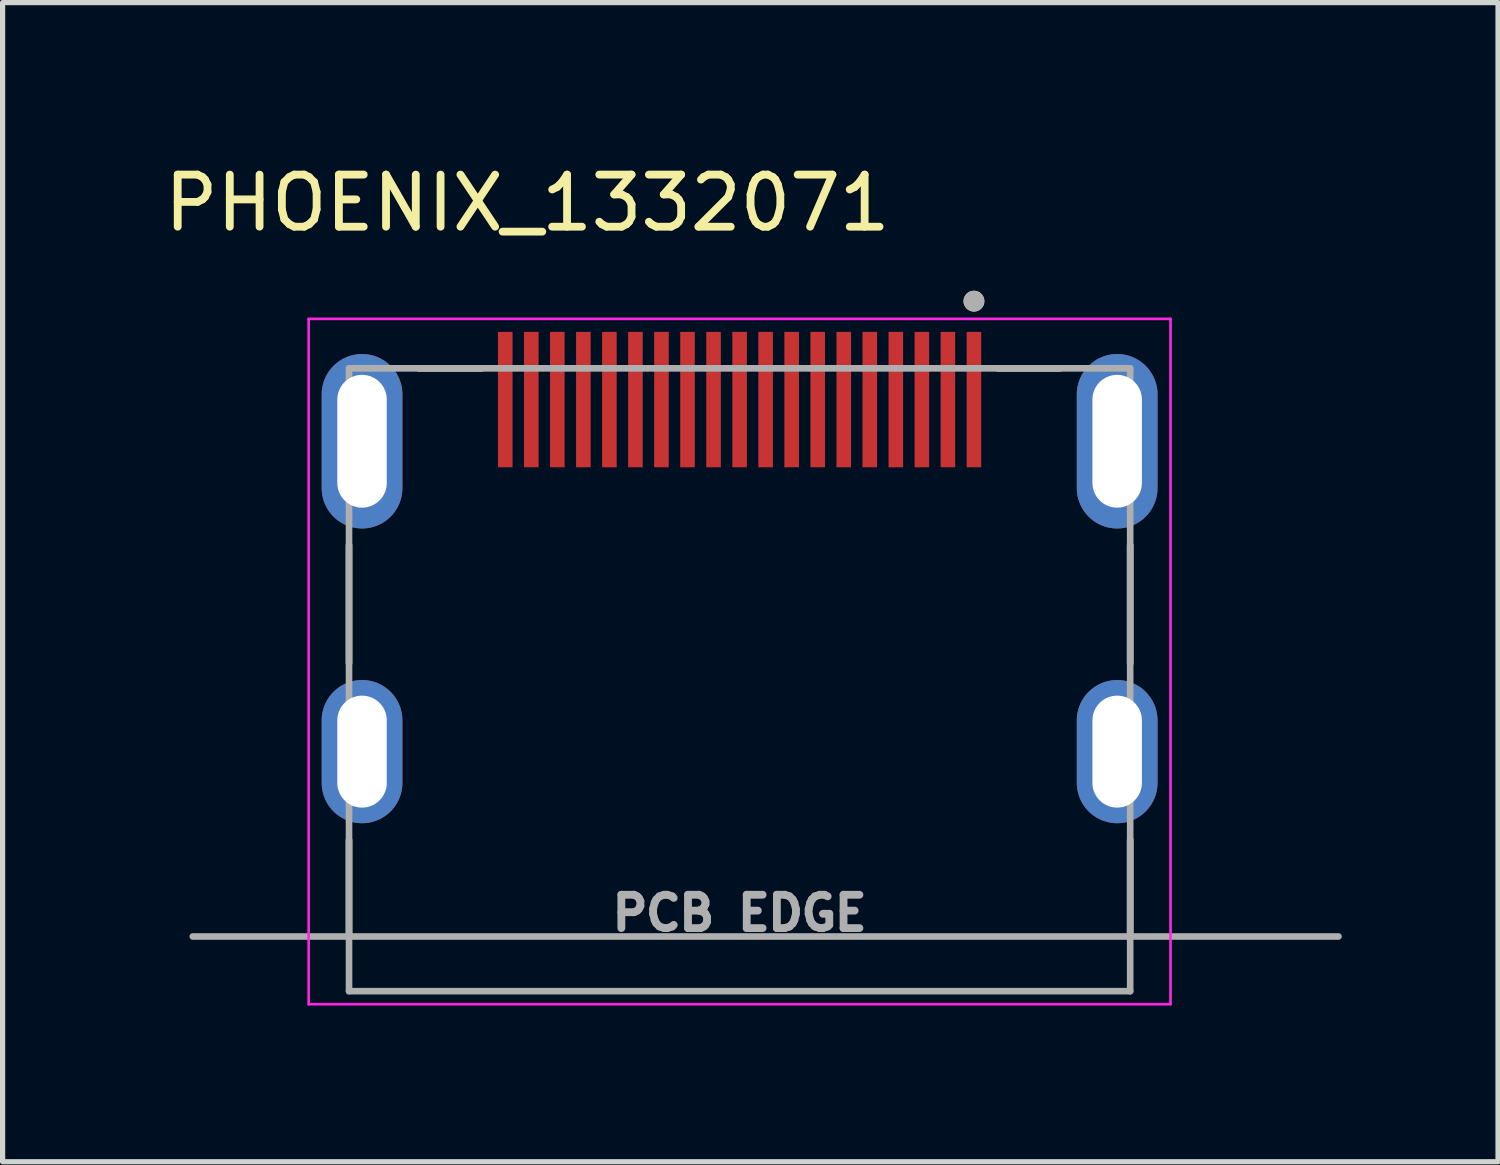
<source format=kicad_pcb>
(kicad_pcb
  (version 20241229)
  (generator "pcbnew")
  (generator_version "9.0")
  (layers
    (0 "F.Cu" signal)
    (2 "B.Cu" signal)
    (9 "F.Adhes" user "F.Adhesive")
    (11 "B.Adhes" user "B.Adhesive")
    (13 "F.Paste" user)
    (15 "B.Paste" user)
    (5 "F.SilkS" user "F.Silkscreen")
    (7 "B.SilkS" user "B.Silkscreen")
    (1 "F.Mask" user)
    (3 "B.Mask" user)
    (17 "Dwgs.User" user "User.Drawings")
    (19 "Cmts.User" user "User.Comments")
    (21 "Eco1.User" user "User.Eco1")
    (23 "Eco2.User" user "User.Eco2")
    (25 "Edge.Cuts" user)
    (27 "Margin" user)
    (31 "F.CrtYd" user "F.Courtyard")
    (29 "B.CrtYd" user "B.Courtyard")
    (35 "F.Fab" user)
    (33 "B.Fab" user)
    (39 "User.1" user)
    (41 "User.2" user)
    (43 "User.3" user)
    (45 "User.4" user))
  (footprint "PHOENIX_1332071"
    (layer "F.Cu")
    (at 3.652 15.983)
    (property "Reference" "PHOENIX_1332071" (at 3.425 -15.135 0) (layer "F.SilkS") (effects (font (size 1 1) (thickness 0.15))))
    (attr smd)
    (fp_line (start 0 -6.295) (end 0 -8.565) (stroke (width 0.127) (type solid)) (layer "F.SilkS"))
    (fp_line (start 0 -1.05) (end 0 -2.905) (stroke (width 0.127) (type solid)) (layer "F.SilkS"))
    (fp_line (start 1.345 -11.96) (end 2.54 -11.96) (stroke (width 0.127) (type solid)) (layer "F.SilkS"))
    (fp_line (start 12.46 -11.96) (end 13.655 -11.96) (stroke (width 0.127) (type solid)) (layer "F.SilkS"))
    (fp_line (start 15 -6.295) (end 15 -8.565) (stroke (width 0.127) (type solid)) (layer "F.SilkS"))
    (fp_line (start 15 -1.05) (end 15 -2.905) (stroke (width 0.127) (type solid)) (layer "F.SilkS"))
    (fp_circle (center 12 -13.25) (end 12.1 -13.25) (stroke (width 0.2) (type solid)) (fill no) (layer "F.SilkS"))
    (fp_line (start -0.775 -12.91) (end 15.775 -12.91) (stroke (width 0.05) (type solid)) (layer "F.CrtYd"))
    (fp_line (start -0.775 0.25) (end -0.775 -12.91) (stroke (width 0.05) (type solid)) (layer "F.CrtYd"))
    (fp_line (start 15.775 -12.91) (end 15.775 0.25) (stroke (width 0.05) (type solid)) (layer "F.CrtYd"))
    (fp_line (start 15.775 0.25) (end -0.775 0.25) (stroke (width 0.05) (type solid)) (layer "F.CrtYd"))
    (fp_line (start -3 -1.05) (end 19 -1.05) (stroke (width 0.127) (type solid)) (layer "F.Fab"))
    (fp_line (start 0 -11.96) (end 15 -11.96) (stroke (width 0.127) (type solid)) (layer "F.Fab"))
    (fp_line (start 0 -1.05) (end 0 -11.96) (stroke (width 0.127) (type solid)) (layer "F.Fab"))
    (fp_line (start 0 0) (end 0 -1.05) (stroke (width 0.127) (type solid)) (layer "F.Fab"))
    (fp_line (start 15 -11.96) (end 15 0) (stroke (width 0.127) (type solid)) (layer "F.Fab"))
    (fp_line (start 15 0) (end 0 0) (stroke (width 0.127) (type solid)) (layer "F.Fab"))
    (fp_circle (center 12 -13.25) (end 12.1 -13.25) (stroke (width 0.2) (type solid)) (fill no) (layer "F.Fab"))
    (fp_text user "PCB EDGE" (at 7.5 -1.5 0) (layer "F.Fab") (effects (font (size 0.64 0.64) (thickness 0.15))))
    (pad "1" smd rect (at 12 -11.36) (size 0.28 2.6) (layers "F.Cu" "F.Mask" "F.Paste"))
    (pad "2" smd rect (at 11.5 -11.36) (size 0.28 2.6) (layers "F.Cu" "F.Mask" "F.Paste"))
    (pad "3" smd rect (at 11 -11.36) (size 0.28 2.6) (layers "F.Cu" "F.Mask" "F.Paste"))
    (pad "4" smd rect (at 10.5 -11.36) (size 0.28 2.6) (layers "F.Cu" "F.Mask" "F.Paste"))
    (pad "5" smd rect (at 10 -11.36) (size 0.28 2.6) (layers "F.Cu" "F.Mask" "F.Paste"))
    (pad "6" smd rect (at 9.5 -11.36) (size 0.28 2.6) (layers "F.Cu" "F.Mask" "F.Paste"))
    (pad "7" smd rect (at 9 -11.36) (size 0.28 2.6) (layers "F.Cu" "F.Mask" "F.Paste"))
    (pad "8" smd rect (at 8.5 -11.36) (size 0.28 2.6) (layers "F.Cu" "F.Mask" "F.Paste"))
    (pad "9" smd rect (at 8 -11.36) (size 0.28 2.6) (layers "F.Cu" "F.Mask" "F.Paste"))
    (pad "10" smd rect (at 7.5 -11.36) (size 0.28 2.6) (layers "F.Cu" "F.Mask" "F.Paste"))
    (pad "11" smd rect (at 7 -11.36) (size 0.28 2.6) (layers "F.Cu" "F.Mask" "F.Paste"))
    (pad "12" smd rect (at 6.5 -11.36) (size 0.28 2.6) (layers "F.Cu" "F.Mask" "F.Paste"))
    (pad "13" smd rect (at 6 -11.36) (size 0.28 2.6) (layers "F.Cu" "F.Mask" "F.Paste"))
    (pad "14" smd rect (at 5.5 -11.36) (size 0.28 2.6) (layers "F.Cu" "F.Mask" "F.Paste"))
    (pad "15" smd rect (at 5 -11.36) (size 0.28 2.6) (layers "F.Cu" "F.Mask" "F.Paste"))
    (pad "16" smd rect (at 4.5 -11.36) (size 0.28 2.6) (layers "F.Cu" "F.Mask" "F.Paste"))
    (pad "17" smd rect (at 4 -11.36) (size 0.28 2.6) (layers "F.Cu" "F.Mask" "F.Paste"))
    (pad "18" smd rect (at 3.5 -11.36) (size 0.28 2.6) (layers "F.Cu" "F.Mask" "F.Paste"))
    (pad "19" smd rect (at 3 -11.36) (size 0.28 2.6) (layers "F.Cu" "F.Mask" "F.Paste"))
    (pad "SH1" thru_hole oval (at 0.25 -10.56) (size 1.55 3.35) (drill oval 0.95 2.55) (layers "*.Cu" "*.Mask"))
    (pad "SH2" thru_hole oval (at 14.75 -10.56) (size 1.55 3.35) (drill oval 0.95 2.55) (layers "*.Cu" "*.Mask"))
    (pad "SH3" thru_hole oval (at 0.25 -4.6) (size 1.55 2.75) (drill oval 0.95 2.15) (layers "*.Cu" "*.Mask"))
    (pad "SH4" thru_hole oval (at 14.75 -4.6) (size 1.55 2.75) (drill oval 0.95 2.15) (layers "*.Cu" "*.Mask")))
  (gr_rect
    (start -3 -3)
    (end 25.716 19.258)
    (stroke (width 0.1) (type default))
    (fill no)
    (layer "Edge.Cuts")))
</source>
